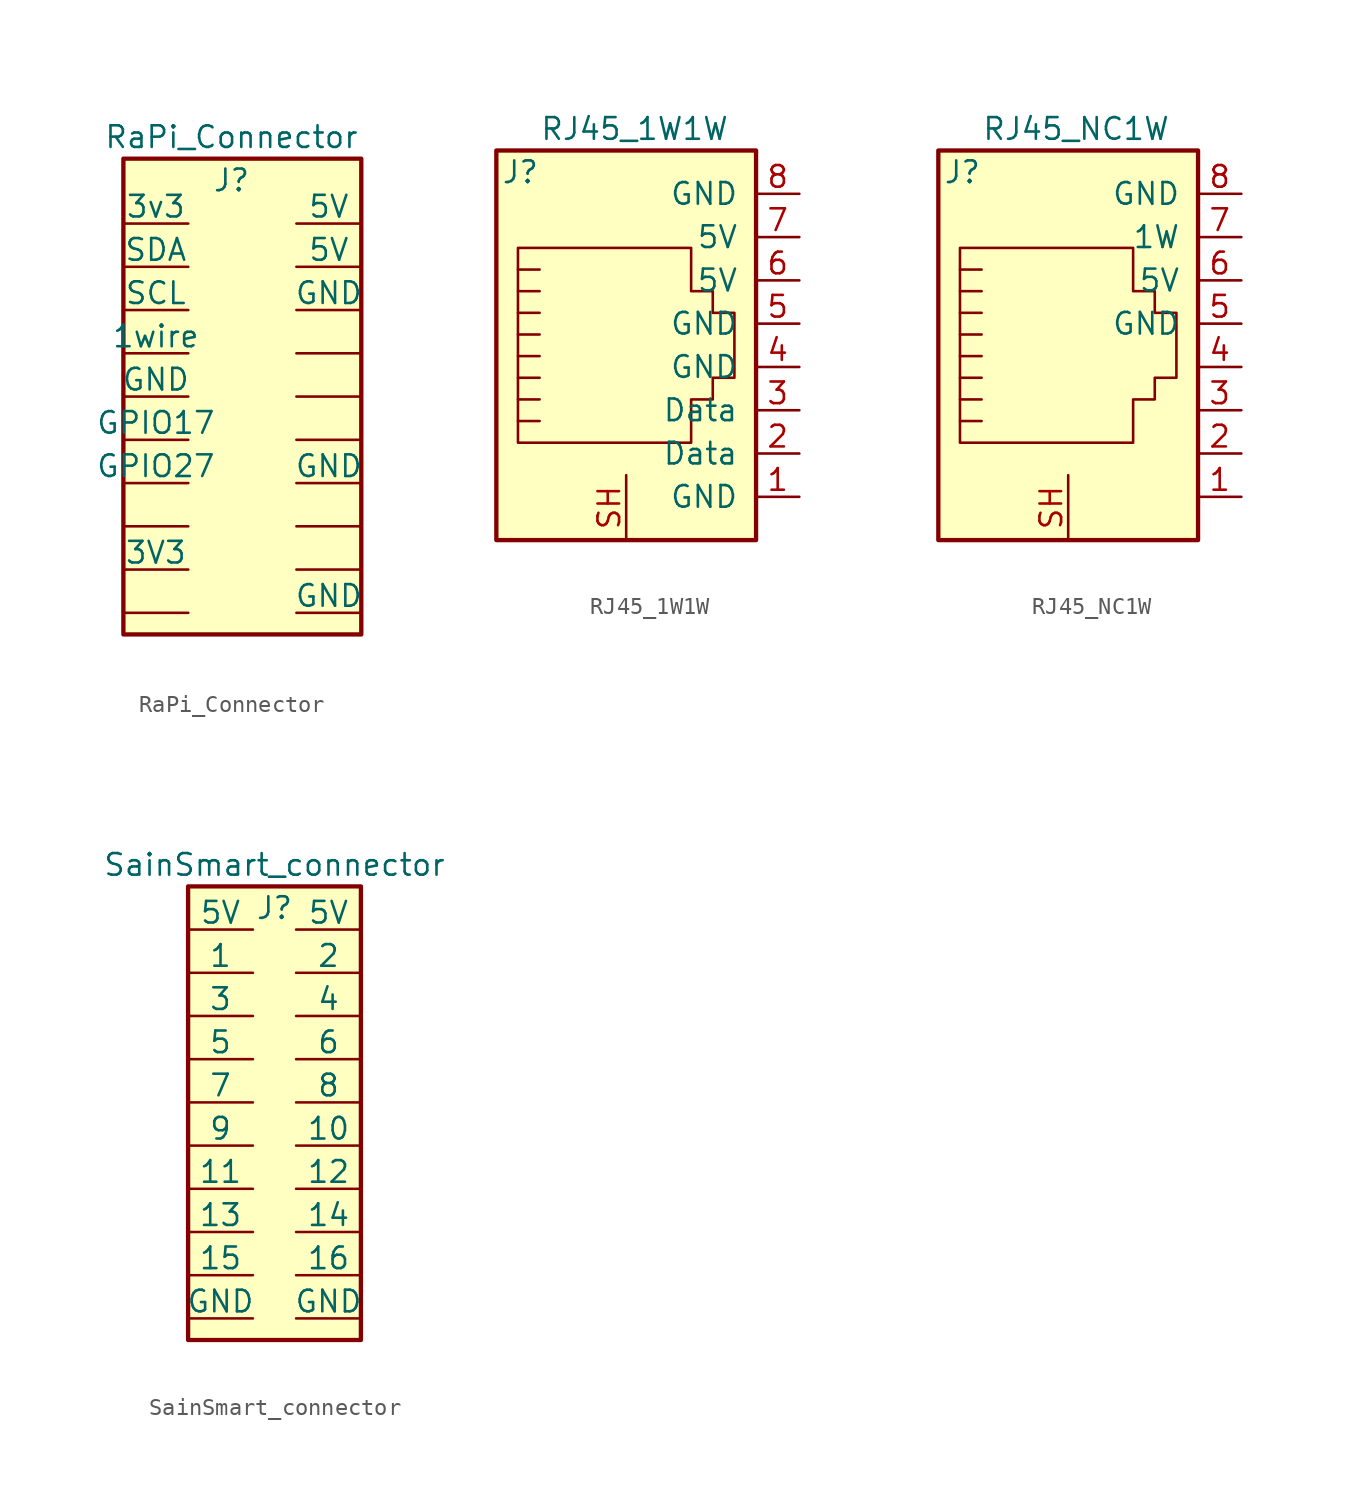
<source format=kicad_sym>
(kicad_symbol_lib
  (version 20211014)
  (generator kicad_symbol_editor)
  (symbol "RaPi_Connector"
    (pin_numbers hide)
    (pin_names
      (offset 0))
    (property "Reference" "J"
      (at 6.35 -1.27 0)
      (effects (font (size 1.27 1.27))))
    (property "Value" "RaPi_Connector"
      (at 6.35 1.27 0)
      (effects (font (size 1.27 1.27))))
    (symbol "RaPi_Connector_1_1"
      (rectangle (start 0 0) (end 13.97 -27.94) (stroke (width 0.254) (type default) (color 0 0 0 0)) (fill (type background)))
      (pin passive line (at 0 -3.81 0) (length 3.81) (name "3v3" (effects (font (size 1.27 1.27)))) (number "1" (effects (font (size 1.27 1.27)))))
      (pin passive line (at 13.97 -13.97 180) (length 3.81) (name "~" (effects (font (size 1.27 1.27)))) (number "10" (effects (font (size 1.27 1.27)))))
      (pin passive line (at 0 -16.51 0) (length 3.81) (name "GPIO17" (effects (font (size 1.27 1.27)))) (number "11" (effects (font (size 1.27 1.27)))))
      (pin passive line (at 13.97 -16.51 180) (length 3.81) (name "~" (effects (font (size 1.27 1.27)))) (number "12" (effects (font (size 1.27 1.27)))))
      (pin passive line (at 0 -19.05 0) (length 3.81) (name "GPIO27" (effects (font (size 1.27 1.27)))) (number "13" (effects (font (size 1.27 1.27)))))
      (pin passive line (at 13.97 -19.05 180) (length 3.81) (name "GND" (effects (font (size 1.27 1.27)))) (number "14" (effects (font (size 1.27 1.27)))))
      (pin passive line (at 0 -21.59 0) (length 3.81) (name "~" (effects (font (size 1.27 1.27)))) (number "15" (effects (font (size 1.27 1.27)))))
      (pin passive line (at 13.97 -21.59 180) (length 3.81) (name "~" (effects (font (size 1.27 1.27)))) (number "16" (effects (font (size 1.27 1.27)))))
      (pin passive line (at 0 -24.13 0) (length 3.81) (name "3V3" (effects (font (size 1.27 1.27)))) (number "17" (effects (font (size 1.27 1.27)))))
      (pin passive line (at 13.97 -24.13 180) (length 3.81) (name "~" (effects (font (size 1.27 1.27)))) (number "18" (effects (font (size 1.27 1.27)))))
      (pin passive line (at 0 -26.67 0) (length 3.81) (name "~" (effects (font (size 1.27 1.27)))) (number "19" (effects (font (size 1.27 1.27)))))
      (pin passive line (at 13.97 -3.81 180) (length 3.81) (name "5V" (effects (font (size 1.27 1.27)))) (number "2" (effects (font (size 1.27 1.27)))))
      (pin passive line (at 13.97 -26.67 180) (length 3.81) (name "GND" (effects (font (size 1.27 1.27)))) (number "20" (effects (font (size 1.27 1.27)))))
      (pin passive line (at 0 -6.35 0) (length 3.81) (name "SDA" (effects (font (size 1.27 1.27)))) (number "3" (effects (font (size 1.27 1.27)))))
      (pin passive line (at 13.97 -6.35 180) (length 3.81) (name "5V" (effects (font (size 1.27 1.27)))) (number "4" (effects (font (size 1.27 1.27)))))
      (pin passive line (at 0 -8.89 0) (length 3.81) (name "SCL" (effects (font (size 1.27 1.27)))) (number "5" (effects (font (size 1.27 1.27)))))
      (pin passive line (at 13.97 -8.89 180) (length 3.81) (name "GND" (effects (font (size 1.27 1.27)))) (number "6" (effects (font (size 1.27 1.27)))))
      (pin passive line (at 0 -11.43 0) (length 3.81) (name "1wire" (effects (font (size 1.27 1.27)))) (number "7" (effects (font (size 1.27 1.27)))))
      (pin passive line (at 13.97 -11.43 180) (length 3.81) (name "~" (effects (font (size 1.27 1.27)))) (number "8" (effects (font (size 1.27 1.27)))))
      (pin passive line (at 0 -13.97 0) (length 3.81) (name "GND" (effects (font (size 1.27 1.27)))) (number "9" (effects (font (size 1.27 1.27)))))))
  (symbol "RJ45_1W1W"
    (pin_names
      (offset 1.016))
    (property "Reference" "J"
      (at 2.54 -1.27 0)
      (effects (font (size 1.27 1.27)) (justify right)))
    (property "Value" "RJ45_1W1W"
      (at 2.54 1.27 0)
      (effects (font (size 1.27 1.27)) (justify left)))
    (symbol "RJ45_1W1W_0_1"
      (polyline (pts (xy 2.54 -8.255) (xy 1.27 -8.255)) (stroke (width 0) (type default) (color 0 0 0 0)) (fill (type none)))
      (polyline (pts (xy 2.54 -6.985) (xy 1.27 -6.985)) (stroke (width 0) (type default) (color 0 0 0 0)) (fill (type none)))
      (polyline (pts (xy 1.27 -15.875) (xy 2.54 -15.875) (xy 2.54 -15.875)) (stroke (width 0) (type default) (color 0 0 0 0)) (fill (type none)))
      (polyline (pts (xy 1.27 -14.605) (xy 2.54 -14.605) (xy 2.54 -14.605)) (stroke (width 0) (type default) (color 0 0 0 0)) (fill (type none)))
      (polyline (pts (xy 1.27 -13.335) (xy 2.54 -13.335) (xy 2.54 -13.335)) (stroke (width 0) (type default) (color 0 0 0 0)) (fill (type none)))
      (polyline (pts (xy 1.27 -12.065) (xy 2.54 -12.065) (xy 2.54 -12.065)) (stroke (width 0) (type default) (color 0 0 0 0)) (fill (type none)))
      (polyline (pts (xy 1.27 -10.795) (xy 2.54 -10.795) (xy 2.54 -10.795)) (stroke (width 0) (type default) (color 0 0 0 0)) (fill (type none)))
      (polyline (pts (xy 2.54 -9.525) (xy 1.27 -9.525) (xy 1.27 -9.525)) (stroke (width 0) (type default) (color 0 0 0 0)) (fill (type none)))
      (polyline (pts (xy 1.27 -17.145) (xy 1.27 -5.715) (xy 11.43 -5.715) (xy 11.43 -8.255) (xy 12.7 -8.255) (xy 12.7 -9.525) (xy 13.97 -9.525) (xy 13.97 -13.335) (xy 12.7 -13.335) (xy 12.7 -14.605) (xy 11.43 -14.605) (xy 11.43 -17.145) (xy 1.27 -17.145) (xy 1.27 -17.145)) (stroke (width 0) (type default) (color 0 0 0 0)) (fill (type none)))
      (rectangle (start 15.24 0) (end 0 -22.86) (stroke (width 0.254) (type default) (color 0 0 0 0)) (fill (type background))))
    (symbol "RJ45_1W1W_1_1"
      (pin passive line (at 17.78 -20.32 180) (length 2.54) (name "GND" (effects (font (size 1.27 1.27)))) (number "1" (effects (font (size 1.27 1.27)))))
      (pin passive line (at 17.78 -17.78 180) (length 2.54) (name "Data" (effects (font (size 1.27 1.27)))) (number "2" (effects (font (size 1.27 1.27)))))
      (pin passive line (at 17.78 -15.24 180) (length 2.54) (name "Data" (effects (font (size 1.27 1.27)))) (number "3" (effects (font (size 1.27 1.27)))))
      (pin passive line (at 17.78 -12.7 180) (length 2.54) (name "GND" (effects (font (size 1.27 1.27)))) (number "4" (effects (font (size 1.27 1.27)))))
      (pin passive line (at 17.78 -10.16 180) (length 2.54) (name "GND" (effects (font (size 1.27 1.27)))) (number "5" (effects (font (size 1.27 1.27)))))
      (pin passive line (at 17.78 -7.62 180) (length 2.54) (name "5V" (effects (font (size 1.27 1.27)))) (number "6" (effects (font (size 1.27 1.27)))))
      (pin passive line (at 17.78 -5.08 180) (length 2.54) (name "5V" (effects (font (size 1.27 1.27)))) (number "7" (effects (font (size 1.27 1.27)))))
      (pin passive line (at 17.78 -2.54 180) (length 2.54) (name "GND" (effects (font (size 1.27 1.27)))) (number "8" (effects (font (size 1.27 1.27)))))
      (pin passive line (at 7.62 -22.86 90) (length 3.81) (name "~" (effects (font (size 1.27 1.27)))) (number "SH" (effects (font (size 1.27 1.27)))))))
  (symbol "RJ45_NC1W"
    (pin_names
      (offset 1.016))
    (property "Reference" "J"
      (at 2.54 -1.27 0)
      (effects (font (size 1.27 1.27)) (justify right)))
    (property "Value" "RJ45_NC1W"
      (at 2.54 1.27 0)
      (effects (font (size 1.27 1.27)) (justify left)))
    (symbol "RJ45_NC1W_0_1"
      (polyline (pts (xy 2.54 -8.255) (xy 1.27 -8.255)) (stroke (width 0) (type default) (color 0 0 0 0)) (fill (type none)))
      (polyline (pts (xy 2.54 -6.985) (xy 1.27 -6.985)) (stroke (width 0) (type default) (color 0 0 0 0)) (fill (type none)))
      (polyline (pts (xy 1.27 -15.875) (xy 2.54 -15.875) (xy 2.54 -15.875)) (stroke (width 0) (type default) (color 0 0 0 0)) (fill (type none)))
      (polyline (pts (xy 1.27 -14.605) (xy 2.54 -14.605) (xy 2.54 -14.605)) (stroke (width 0) (type default) (color 0 0 0 0)) (fill (type none)))
      (polyline (pts (xy 1.27 -13.335) (xy 2.54 -13.335) (xy 2.54 -13.335)) (stroke (width 0) (type default) (color 0 0 0 0)) (fill (type none)))
      (polyline (pts (xy 1.27 -12.065) (xy 2.54 -12.065) (xy 2.54 -12.065)) (stroke (width 0) (type default) (color 0 0 0 0)) (fill (type none)))
      (polyline (pts (xy 1.27 -10.795) (xy 2.54 -10.795) (xy 2.54 -10.795)) (stroke (width 0) (type default) (color 0 0 0 0)) (fill (type none)))
      (polyline (pts (xy 2.54 -9.525) (xy 1.27 -9.525) (xy 1.27 -9.525)) (stroke (width 0) (type default) (color 0 0 0 0)) (fill (type none)))
      (polyline (pts (xy 1.27 -17.145) (xy 1.27 -5.715) (xy 11.43 -5.715) (xy 11.43 -8.255) (xy 12.7 -8.255) (xy 12.7 -9.525) (xy 13.97 -9.525) (xy 13.97 -13.335) (xy 12.7 -13.335) (xy 12.7 -14.605) (xy 11.43 -14.605) (xy 11.43 -17.145) (xy 1.27 -17.145) (xy 1.27 -17.145)) (stroke (width 0) (type default) (color 0 0 0 0)) (fill (type none)))
      (rectangle (start 15.24 0) (end 0 -22.86) (stroke (width 0.254) (type default) (color 0 0 0 0)) (fill (type background))))
    (symbol "RJ45_NC1W_1_1"
      (pin passive line (at 17.78 -20.32 180) (length 2.54) (name "~" (effects (font (size 1.27 1.27)))) (number "1" (effects (font (size 1.27 1.27)))))
      (pin passive line (at 17.78 -17.78 180) (length 2.54) (name "~" (effects (font (size 1.27 1.27)))) (number "2" (effects (font (size 1.27 1.27)))))
      (pin passive line (at 17.78 -15.24 180) (length 2.54) (name "~" (effects (font (size 1.27 1.27)))) (number "3" (effects (font (size 1.27 1.27)))))
      (pin passive line (at 17.78 -12.7 180) (length 2.54) (name "~" (effects (font (size 1.27 1.27)))) (number "4" (effects (font (size 1.27 1.27)))))
      (pin passive line (at 17.78 -10.16 180) (length 2.54) (name "GND" (effects (font (size 1.27 1.27)))) (number "5" (effects (font (size 1.27 1.27)))))
      (pin passive line (at 17.78 -7.62 180) (length 2.54) (name "5V" (effects (font (size 1.27 1.27)))) (number "6" (effects (font (size 1.27 1.27)))))
      (pin passive line (at 17.78 -5.08 180) (length 2.54) (name "1W" (effects (font (size 1.27 1.27)))) (number "7" (effects (font (size 1.27 1.27)))))
      (pin passive line (at 17.78 -2.54 180) (length 2.54) (name "GND" (effects (font (size 1.27 1.27)))) (number "8" (effects (font (size 1.27 1.27)))))
      (pin passive line (at 7.62 -22.86 90) (length 3.81) (name "~" (effects (font (size 1.27 1.27)))) (number "SH" (effects (font (size 1.27 1.27)))))))
  (symbol "SainSmart_connector"
    (pin_numbers hide)
    (pin_names
      (offset 0))
    (property "Reference" "J"
      (at 5.08 -1.27 0)
      (effects (font (size 1.27 1.27))))
    (property "Value" "SainSmart_connector"
      (at 5.08 1.27 0)
      (effects (font (size 1.27 1.27))))
    (symbol "SainSmart_connector_1_1"
      (rectangle (start 0 0) (end 10.16 -26.67) (stroke (width 0.254) (type default) (color 0 0 0 0)) (fill (type background)))
      (pin passive line (at 0 -2.54 0) (length 3.81) (name "5V" (effects (font (size 1.27 1.27)))) (number "1" (effects (font (size 1.27 1.27)))))
      (pin passive line (at 10.16 -12.7 180) (length 3.81) (name "8" (effects (font (size 1.27 1.27)))) (number "10" (effects (font (size 1.27 1.27)))))
      (pin passive line (at 0 -15.24 0) (length 3.81) (name "9" (effects (font (size 1.27 1.27)))) (number "11" (effects (font (size 1.27 1.27)))))
      (pin passive line (at 10.16 -15.24 180) (length 3.81) (name "10" (effects (font (size 1.27 1.27)))) (number "12" (effects (font (size 1.27 1.27)))))
      (pin passive line (at 0 -17.78 0) (length 3.81) (name "11" (effects (font (size 1.27 1.27)))) (number "13" (effects (font (size 1.27 1.27)))))
      (pin passive line (at 10.16 -17.78 180) (length 3.81) (name "12" (effects (font (size 1.27 1.27)))) (number "14" (effects (font (size 1.27 1.27)))))
      (pin passive line (at 0 -20.32 0) (length 3.81) (name "13" (effects (font (size 1.27 1.27)))) (number "15" (effects (font (size 1.27 1.27)))))
      (pin passive line (at 10.16 -20.32 180) (length 3.81) (name "14" (effects (font (size 1.27 1.27)))) (number "16" (effects (font (size 1.27 1.27)))))
      (pin passive line (at 0 -22.86 0) (length 3.81) (name "15" (effects (font (size 1.27 1.27)))) (number "17" (effects (font (size 1.27 1.27)))))
      (pin passive line (at 10.16 -22.86 180) (length 3.81) (name "16" (effects (font (size 1.27 1.27)))) (number "18" (effects (font (size 1.27 1.27)))))
      (pin passive line (at 0 -25.4 0) (length 3.81) (name "GND" (effects (font (size 1.27 1.27)))) (number "19" (effects (font (size 1.27 1.27)))))
      (pin passive line (at 10.16 -2.54 180) (length 3.81) (name "5V" (effects (font (size 1.27 1.27)))) (number "2" (effects (font (size 1.27 1.27)))))
      (pin passive line (at 10.16 -25.4 180) (length 3.81) (name "GND" (effects (font (size 1.27 1.27)))) (number "20" (effects (font (size 1.27 1.27)))))
      (pin passive line (at 0 -5.08 0) (length 3.81) (name "1" (effects (font (size 1.27 1.27)))) (number "3" (effects (font (size 1.27 1.27)))))
      (pin passive line (at 10.16 -5.08 180) (length 3.81) (name "2" (effects (font (size 1.27 1.27)))) (number "4" (effects (font (size 1.27 1.27)))))
      (pin passive line (at 0 -7.62 0) (length 3.81) (name "3" (effects (font (size 1.27 1.27)))) (number "5" (effects (font (size 1.27 1.27)))))
      (pin passive line (at 10.16 -7.62 180) (length 3.81) (name "4" (effects (font (size 1.27 1.27)))) (number "6" (effects (font (size 1.27 1.27)))))
      (pin passive line (at 0 -10.16 0) (length 3.81) (name "5" (effects (font (size 1.27 1.27)))) (number "7" (effects (font (size 1.27 1.27)))))
      (pin passive line (at 10.16 -10.16 180) (length 3.81) (name "6" (effects (font (size 1.27 1.27)))) (number "8" (effects (font (size 1.27 1.27)))))
      (pin passive line (at 0 -12.7 0) (length 3.81) (name "7" (effects (font (size 1.27 1.27)))) (number "9" (effects (font (size 1.27 1.27))))))))
</source>
